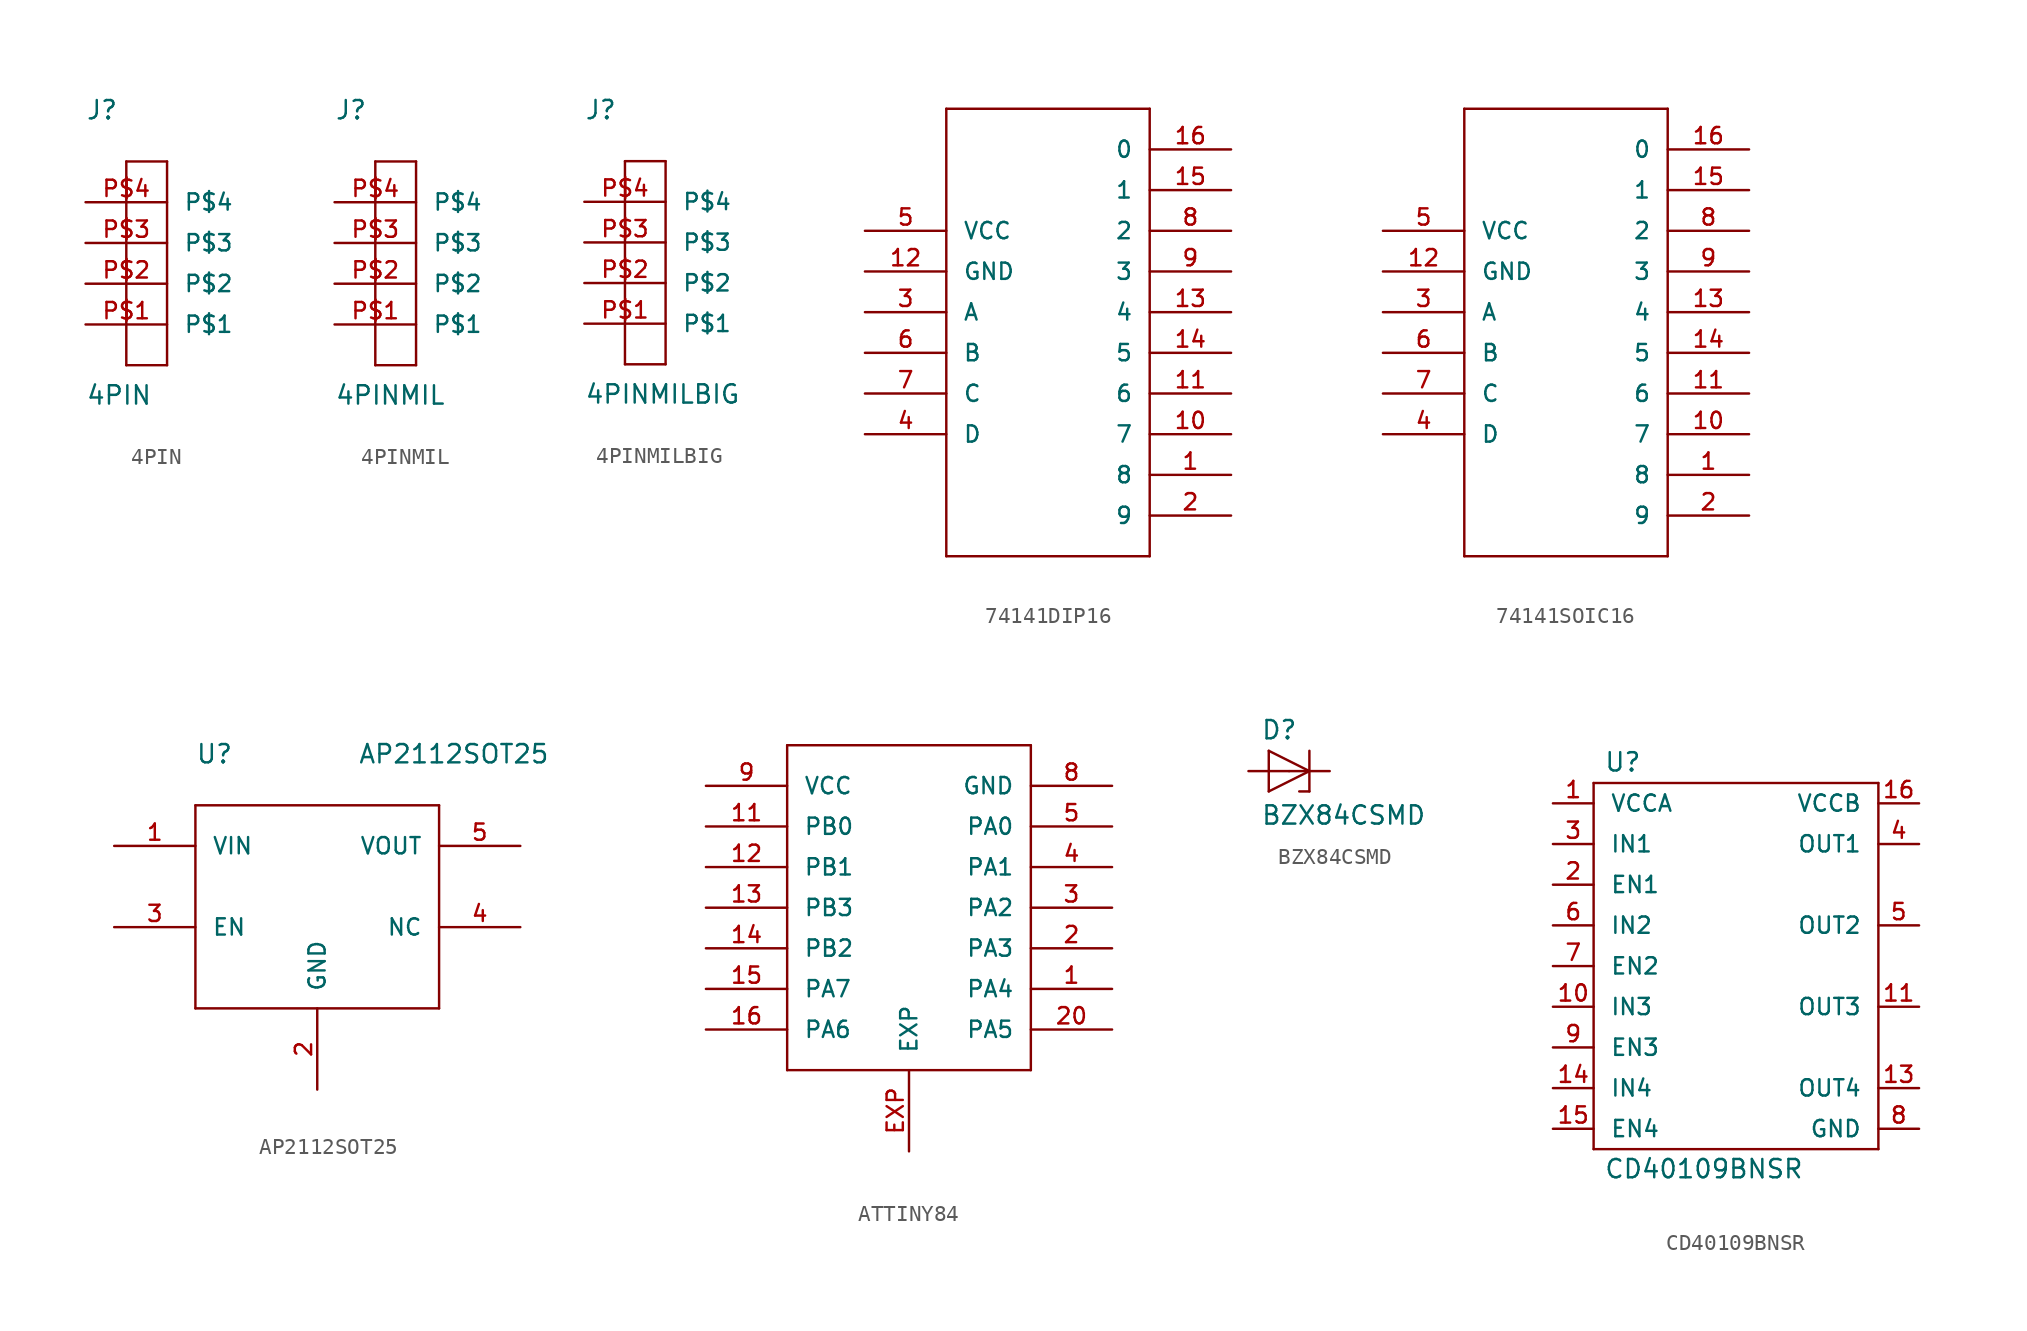
<source format=kicad_sym>
(kicad_symbol_lib
  (version 20241209)
  (generator "kicad_symbol_editor")
  (generator_version "9.0")
  (symbol "4PIN"
    (pin_names
      (offset 1.016))
    (property "Reference" "J"
      (at -5.08 12.7 0)
      (effects (font (size 1.143 1.143)) (justify left bottom)))
    (property "Value" "4PIN"
      (at -5.08 -5.08 0)
      (effects (font (size 1.143 1.143)) (justify left bottom)))
    (property "ki_locked" ""
      (at 0 0 0)
      (effects (font (size 1.27 1.27))))
    (symbol "4PIN_1_0"
      (polyline (pts (xy -2.54 10.16) (xy 0 10.16)) (stroke (width 0) (type solid)) (fill (type none)))
      (polyline (pts (xy -2.54 -2.54) (xy -2.54 10.16)) (stroke (width 0) (type solid)) (fill (type none)))
      (polyline (pts (xy 0 10.16) (xy 0 -2.54)) (stroke (width 0) (type solid)) (fill (type none)))
      (polyline (pts (xy 0 -2.54) (xy -2.54 -2.54)) (stroke (width 0) (type solid)) (fill (type none))))
    (symbol "4PIN_1_1"
      (pin bidirectional line (at -5.08 7.62 0) (length 5.08) (name "P$4" (effects (font (size 1.016 1.016)))) (number "P$4" (effects (font (size 1.016 1.016)))))
      (pin bidirectional line (at -5.08 7.62 0) (length 5.08) (hide yes) (name "P$4" (effects (font (size 1.016 1.016)))) (number "P$8" (effects (font (size 1.016 1.016)))))
      (pin bidirectional line (at -5.08 5.08 0) (length 5.08) (name "P$3" (effects (font (size 1.016 1.016)))) (number "P$3" (effects (font (size 1.016 1.016)))))
      (pin bidirectional line (at -5.08 5.08 0) (length 5.08) (hide yes) (name "P$3" (effects (font (size 1.016 1.016)))) (number "P$7" (effects (font (size 1.016 1.016)))))
      (pin bidirectional line (at -5.08 2.54 0) (length 5.08) (name "P$2" (effects (font (size 1.016 1.016)))) (number "P$2" (effects (font (size 1.016 1.016)))))
      (pin bidirectional line (at -5.08 2.54 0) (length 5.08) (hide yes) (name "P$2" (effects (font (size 1.016 1.016)))) (number "P$6" (effects (font (size 1.016 1.016)))))
      (pin bidirectional line (at -5.08 0 0) (length 5.08) (name "P$1" (effects (font (size 1.016 1.016)))) (number "P$1" (effects (font (size 1.016 1.016)))))
      (pin bidirectional line (at -5.08 0 0) (length 5.08) (hide yes) (name "P$1" (effects (font (size 1.016 1.016)))) (number "P$5" (effects (font (size 1.016 1.016)))))))
  (symbol "4PINMIL"
    (pin_names
      (offset 1.016))
    (property "Reference" "J"
      (at -5.08 12.7 0)
      (effects (font (size 1.143 1.143)) (justify left bottom)))
    (property "Value" "4PINMIL"
      (at -5.08 -5.08 0)
      (effects (font (size 1.143 1.143)) (justify left bottom)))
    (property "ki_locked" ""
      (at 0 0 0)
      (effects (font (size 1.27 1.27))))
    (symbol "4PINMIL_1_0"
      (polyline (pts (xy -2.54 10.16) (xy 0 10.16)) (stroke (width 0) (type solid)) (fill (type none)))
      (polyline (pts (xy -2.54 -2.54) (xy -2.54 10.16)) (stroke (width 0) (type solid)) (fill (type none)))
      (polyline (pts (xy 0 10.16) (xy 0 -2.54)) (stroke (width 0) (type solid)) (fill (type none)))
      (polyline (pts (xy 0 -2.54) (xy -2.54 -2.54)) (stroke (width 0) (type solid)) (fill (type none))))
    (symbol "4PINMIL_1_1"
      (pin bidirectional line (at -5.08 7.62 0) (length 5.08) (name "P$4" (effects (font (size 1.016 1.016)))) (number "P$4" (effects (font (size 1.016 1.016)))))
      (pin bidirectional line (at -5.08 7.62 0) (length 5.08) (hide yes) (name "P$4" (effects (font (size 1.016 1.016)))) (number "P$8" (effects (font (size 1.016 1.016)))))
      (pin bidirectional line (at -5.08 5.08 0) (length 5.08) (name "P$3" (effects (font (size 1.016 1.016)))) (number "P$3" (effects (font (size 1.016 1.016)))))
      (pin bidirectional line (at -5.08 5.08 0) (length 5.08) (hide yes) (name "P$3" (effects (font (size 1.016 1.016)))) (number "P$7" (effects (font (size 1.016 1.016)))))
      (pin bidirectional line (at -5.08 2.54 0) (length 5.08) (name "P$2" (effects (font (size 1.016 1.016)))) (number "P$2" (effects (font (size 1.016 1.016)))))
      (pin bidirectional line (at -5.08 2.54 0) (length 5.08) (hide yes) (name "P$2" (effects (font (size 1.016 1.016)))) (number "P$6" (effects (font (size 1.016 1.016)))))
      (pin bidirectional line (at -5.08 0 0) (length 5.08) (name "P$1" (effects (font (size 1.016 1.016)))) (number "P$1" (effects (font (size 1.016 1.016)))))
      (pin bidirectional line (at -5.08 0 0) (length 5.08) (hide yes) (name "P$1" (effects (font (size 1.016 1.016)))) (number "P$5" (effects (font (size 1.016 1.016)))))))
  (symbol "4PINMILBIG"
    (pin_names
      (offset 1.016))
    (property "Reference" "J"
      (at -5.08 12.7 0)
      (effects (font (size 1.143 1.143)) (justify left bottom)))
    (property "Value" "4PINMILBIG"
      (at -5.08 -5.08 0)
      (effects (font (size 1.143 1.143)) (justify left bottom)))
    (property "ki_locked" ""
      (at 0 0 0)
      (effects (font (size 1.27 1.27))))
    (symbol "4PINMILBIG_1_0"
      (polyline (pts (xy -2.54 10.16) (xy 0 10.16)) (stroke (width 0) (type solid)) (fill (type none)))
      (polyline (pts (xy -2.54 -2.54) (xy -2.54 10.16)) (stroke (width 0) (type solid)) (fill (type none)))
      (polyline (pts (xy 0 10.16) (xy 0 -2.54)) (stroke (width 0) (type solid)) (fill (type none)))
      (polyline (pts (xy 0 -2.54) (xy -2.54 -2.54)) (stroke (width 0) (type solid)) (fill (type none))))
    (symbol "4PINMILBIG_1_1"
      (pin bidirectional line (at -5.08 7.62 0) (length 5.08) (name "P$4" (effects (font (size 1.016 1.016)))) (number "P$4" (effects (font (size 1.016 1.016)))))
      (pin bidirectional line (at -5.08 7.62 0) (length 5.08) (hide yes) (name "P$4" (effects (font (size 1.016 1.016)))) (number "P$8" (effects (font (size 1.016 1.016)))))
      (pin bidirectional line (at -5.08 5.08 0) (length 5.08) (name "P$3" (effects (font (size 1.016 1.016)))) (number "P$3" (effects (font (size 1.016 1.016)))))
      (pin bidirectional line (at -5.08 5.08 0) (length 5.08) (hide yes) (name "P$3" (effects (font (size 1.016 1.016)))) (number "P$7" (effects (font (size 1.016 1.016)))))
      (pin bidirectional line (at -5.08 2.54 0) (length 5.08) (name "P$2" (effects (font (size 1.016 1.016)))) (number "P$2" (effects (font (size 1.016 1.016)))))
      (pin bidirectional line (at -5.08 2.54 0) (length 5.08) (hide yes) (name "P$2" (effects (font (size 1.016 1.016)))) (number "P$6" (effects (font (size 1.016 1.016)))))
      (pin bidirectional line (at -5.08 0 0) (length 5.08) (name "P$1" (effects (font (size 1.016 1.016)))) (number "P$1" (effects (font (size 1.016 1.016)))))
      (pin bidirectional line (at -5.08 0 0) (length 5.08) (hide yes) (name "P$1" (effects (font (size 1.016 1.016)))) (number "P$5" (effects (font (size 1.016 1.016)))))))
  (symbol "74141DIP16"
    (pin_names
      (offset 1.016))
    (property "Reference" "M"
      (at 0 0 0)
      (effects (font (size 1.143 1.143)) (hide yes)))
    (property "ki_locked" ""
      (at 0 0 0)
      (effects (font (size 1.27 1.27))))
    (symbol "74141DIP16_1_0"
      (polyline (pts (xy -7.62 15.24) (xy -7.62 -12.7)) (stroke (width 0) (type solid)) (fill (type none)))
      (polyline (pts (xy -7.62 -12.7) (xy 5.08 -12.7)) (stroke (width 0) (type solid)) (fill (type none)))
      (polyline (pts (xy 5.08 15.24) (xy -7.62 15.24)) (stroke (width 0) (type solid)) (fill (type none)))
      (polyline (pts (xy 5.08 -12.7) (xy 5.08 15.24)) (stroke (width 0) (type solid)) (fill (type none))))
    (symbol "74141DIP16_1_1"
      (pin power_in line (at -12.7 7.62 0) (length 5.08) (name "VCC" (effects (font (size 1.016 1.016)))) (number "5" (effects (font (size 1.016 1.016)))))
      (pin power_in line (at -12.7 5.08 0) (length 5.08) (name "GND" (effects (font (size 1.016 1.016)))) (number "12" (effects (font (size 1.016 1.016)))))
      (pin passive line (at -12.7 2.54 0) (length 5.08) (name "A" (effects (font (size 1.016 1.016)))) (number "3" (effects (font (size 1.016 1.016)))))
      (pin passive line (at -12.7 0 0) (length 5.08) (name "B" (effects (font (size 1.016 1.016)))) (number "6" (effects (font (size 1.016 1.016)))))
      (pin passive line (at -12.7 -2.54 0) (length 5.08) (name "C" (effects (font (size 1.016 1.016)))) (number "7" (effects (font (size 1.016 1.016)))))
      (pin passive line (at -12.7 -5.08 0) (length 5.08) (name "D" (effects (font (size 1.016 1.016)))) (number "4" (effects (font (size 1.016 1.016)))))
      (pin passive line (at 10.16 12.7 180) (length 5.08) (name "0" (effects (font (size 1.016 1.016)))) (number "16" (effects (font (size 1.016 1.016)))))
      (pin passive line (at 10.16 10.16 180) (length 5.08) (name "1" (effects (font (size 1.016 1.016)))) (number "15" (effects (font (size 1.016 1.016)))))
      (pin passive line (at 10.16 7.62 180) (length 5.08) (name "2" (effects (font (size 1.016 1.016)))) (number "8" (effects (font (size 1.016 1.016)))))
      (pin passive line (at 10.16 5.08 180) (length 5.08) (name "3" (effects (font (size 1.016 1.016)))) (number "9" (effects (font (size 1.016 1.016)))))
      (pin passive line (at 10.16 2.54 180) (length 5.08) (name "4" (effects (font (size 1.016 1.016)))) (number "13" (effects (font (size 1.016 1.016)))))
      (pin passive line (at 10.16 0 180) (length 5.08) (name "5" (effects (font (size 1.016 1.016)))) (number "14" (effects (font (size 1.016 1.016)))))
      (pin passive line (at 10.16 -2.54 180) (length 5.08) (name "6" (effects (font (size 1.016 1.016)))) (number "11" (effects (font (size 1.016 1.016)))))
      (pin passive line (at 10.16 -5.08 180) (length 5.08) (name "7" (effects (font (size 1.016 1.016)))) (number "10" (effects (font (size 1.016 1.016)))))
      (pin passive line (at 10.16 -7.62 180) (length 5.08) (name "8" (effects (font (size 1.016 1.016)))) (number "1" (effects (font (size 1.016 1.016)))))
      (pin passive line (at 10.16 -10.16 180) (length 5.08) (name "9" (effects (font (size 1.016 1.016)))) (number "2" (effects (font (size 1.016 1.016)))))))
  (symbol "74141SOIC16"
    (pin_names
      (offset 1.016))
    (property "Reference" "M"
      (at 0 0 0)
      (effects (font (size 1.143 1.143)) (hide yes)))
    (property "ki_locked" ""
      (at 0 0 0)
      (effects (font (size 1.27 1.27))))
    (symbol "74141SOIC16_1_0"
      (polyline (pts (xy -7.62 15.24) (xy -7.62 -12.7)) (stroke (width 0) (type solid)) (fill (type none)))
      (polyline (pts (xy -7.62 -12.7) (xy 5.08 -12.7)) (stroke (width 0) (type solid)) (fill (type none)))
      (polyline (pts (xy 5.08 15.24) (xy -7.62 15.24)) (stroke (width 0) (type solid)) (fill (type none)))
      (polyline (pts (xy 5.08 -12.7) (xy 5.08 15.24)) (stroke (width 0) (type solid)) (fill (type none))))
    (symbol "74141SOIC16_1_1"
      (pin power_in line (at -12.7 7.62 0) (length 5.08) (name "VCC" (effects (font (size 1.016 1.016)))) (number "5" (effects (font (size 1.016 1.016)))))
      (pin power_in line (at -12.7 5.08 0) (length 5.08) (name "GND" (effects (font (size 1.016 1.016)))) (number "12" (effects (font (size 1.016 1.016)))))
      (pin passive line (at -12.7 2.54 0) (length 5.08) (name "A" (effects (font (size 1.016 1.016)))) (number "3" (effects (font (size 1.016 1.016)))))
      (pin passive line (at -12.7 0 0) (length 5.08) (name "B" (effects (font (size 1.016 1.016)))) (number "6" (effects (font (size 1.016 1.016)))))
      (pin passive line (at -12.7 -2.54 0) (length 5.08) (name "C" (effects (font (size 1.016 1.016)))) (number "7" (effects (font (size 1.016 1.016)))))
      (pin passive line (at -12.7 -5.08 0) (length 5.08) (name "D" (effects (font (size 1.016 1.016)))) (number "4" (effects (font (size 1.016 1.016)))))
      (pin passive line (at 10.16 12.7 180) (length 5.08) (name "0" (effects (font (size 1.016 1.016)))) (number "16" (effects (font (size 1.016 1.016)))))
      (pin passive line (at 10.16 10.16 180) (length 5.08) (name "1" (effects (font (size 1.016 1.016)))) (number "15" (effects (font (size 1.016 1.016)))))
      (pin passive line (at 10.16 7.62 180) (length 5.08) (name "2" (effects (font (size 1.016 1.016)))) (number "8" (effects (font (size 1.016 1.016)))))
      (pin passive line (at 10.16 5.08 180) (length 5.08) (name "3" (effects (font (size 1.016 1.016)))) (number "9" (effects (font (size 1.016 1.016)))))
      (pin passive line (at 10.16 2.54 180) (length 5.08) (name "4" (effects (font (size 1.016 1.016)))) (number "13" (effects (font (size 1.016 1.016)))))
      (pin passive line (at 10.16 0 180) (length 5.08) (name "5" (effects (font (size 1.016 1.016)))) (number "14" (effects (font (size 1.016 1.016)))))
      (pin passive line (at 10.16 -2.54 180) (length 5.08) (name "6" (effects (font (size 1.016 1.016)))) (number "11" (effects (font (size 1.016 1.016)))))
      (pin passive line (at 10.16 -5.08 180) (length 5.08) (name "7" (effects (font (size 1.016 1.016)))) (number "10" (effects (font (size 1.016 1.016)))))
      (pin passive line (at 10.16 -7.62 180) (length 5.08) (name "8" (effects (font (size 1.016 1.016)))) (number "1" (effects (font (size 1.016 1.016)))))
      (pin passive line (at 10.16 -10.16 180) (length 5.08) (name "9" (effects (font (size 1.016 1.016)))) (number "2" (effects (font (size 1.016 1.016)))))))
  (symbol "AP2112SOT25"
    (pin_names
      (offset 1.016))
    (property "Reference" "U"
      (at -7.62 10.16 0)
      (effects (font (size 1.143 1.143)) (justify left bottom)))
    (property "Value" "AP2112SOT25"
      (at 2.54 10.16 0)
      (effects (font (size 1.143 1.143)) (justify left bottom)))
    (property "ki_locked" ""
      (at 0 0 0)
      (effects (font (size 1.27 1.27))))
    (symbol "AP2112SOT25_1_0"
      (polyline (pts (xy -7.62 7.62) (xy -7.62 -5.08)) (stroke (width 0) (type solid)) (fill (type none)))
      (polyline (pts (xy -7.62 -5.08) (xy 7.62 -5.08)) (stroke (width 0) (type solid)) (fill (type none)))
      (polyline (pts (xy 7.62 7.62) (xy -7.62 7.62)) (stroke (width 0) (type solid)) (fill (type none)))
      (polyline (pts (xy 7.62 -5.08) (xy 7.62 7.62)) (stroke (width 0) (type solid)) (fill (type none))))
    (symbol "AP2112SOT25_1_1"
      (pin power_in line (at -12.7 5.08 0) (length 5.08) (name "VIN" (effects (font (size 1.016 1.016)))) (number "1" (effects (font (size 1.016 1.016)))))
      (pin input line (at -12.7 0 0) (length 5.08) (name "EN" (effects (font (size 1.016 1.016)))) (number "3" (effects (font (size 1.016 1.016)))))
      (pin power_in line (at 0 -10.16 90) (length 5.08) (name "GND" (effects (font (size 1.016 1.016)))) (number "2" (effects (font (size 1.016 1.016)))))
      (pin power_in line (at 12.7 5.08 180) (length 5.08) (name "VOUT" (effects (font (size 1.016 1.016)))) (number "5" (effects (font (size 1.016 1.016)))))
      (pin unspecified line (at 12.7 0 180) (length 5.08) (name "NC" (effects (font (size 1.016 1.016)))) (number "4" (effects (font (size 1.016 1.016)))))))
  (symbol "ATTINY84"
    (pin_names
      (offset 1.016))
    (property "Reference" "M"
      (at 0 0 0)
      (effects (font (size 1.143 1.143)) (hide yes)))
    (property "ki_locked" ""
      (at 0 0 0)
      (effects (font (size 1.27 1.27))))
    (symbol "ATTINY84_1_0"
      (polyline (pts (xy -7.62 10.16) (xy 7.62 10.16)) (stroke (width 0) (type solid)) (fill (type none)))
      (polyline (pts (xy -7.62 -10.16) (xy -7.62 10.16)) (stroke (width 0) (type solid)) (fill (type none)))
      (polyline (pts (xy 7.62 10.16) (xy 7.62 -10.16)) (stroke (width 0) (type solid)) (fill (type none)))
      (polyline (pts (xy 7.62 -10.16) (xy -7.62 -10.16)) (stroke (width 0) (type solid)) (fill (type none))))
    (symbol "ATTINY84_1_1"
      (pin power_in line (at -12.7 7.62 0) (length 5.08) (name "VCC" (effects (font (size 1.016 1.016)))) (number "9" (effects (font (size 1.016 1.016)))))
      (pin passive line (at -12.7 5.08 0) (length 5.08) (name "PB0" (effects (font (size 1.016 1.016)))) (number "11" (effects (font (size 1.016 1.016)))))
      (pin passive line (at -12.7 2.54 0) (length 5.08) (name "PB1" (effects (font (size 1.016 1.016)))) (number "12" (effects (font (size 1.016 1.016)))))
      (pin passive line (at -12.7 0 0) (length 5.08) (name "PB3" (effects (font (size 1.016 1.016)))) (number "13" (effects (font (size 1.016 1.016)))))
      (pin passive line (at -12.7 -2.54 0) (length 5.08) (name "PB2" (effects (font (size 1.016 1.016)))) (number "14" (effects (font (size 1.016 1.016)))))
      (pin passive line (at -12.7 -5.08 0) (length 5.08) (name "PA7" (effects (font (size 1.016 1.016)))) (number "15" (effects (font (size 1.016 1.016)))))
      (pin passive line (at -12.7 -7.62 0) (length 5.08) (name "PA6" (effects (font (size 1.016 1.016)))) (number "16" (effects (font (size 1.016 1.016)))))
      (pin power_in line (at 0 -15.24 90) (length 5.08) (name "EXP" (effects (font (size 1.016 1.016)))) (number "EXP" (effects (font (size 1.016 1.016)))))
      (pin power_in line (at 12.7 7.62 180) (length 5.08) (name "GND" (effects (font (size 1.016 1.016)))) (number "8" (effects (font (size 1.016 1.016)))))
      (pin passive line (at 12.7 5.08 180) (length 5.08) (name "PA0" (effects (font (size 1.016 1.016)))) (number "5" (effects (font (size 1.016 1.016)))))
      (pin passive line (at 12.7 2.54 180) (length 5.08) (name "PA1" (effects (font (size 1.016 1.016)))) (number "4" (effects (font (size 1.016 1.016)))))
      (pin passive line (at 12.7 0 180) (length 5.08) (name "PA2" (effects (font (size 1.016 1.016)))) (number "3" (effects (font (size 1.016 1.016)))))
      (pin passive line (at 12.7 -2.54 180) (length 5.08) (name "PA3" (effects (font (size 1.016 1.016)))) (number "2" (effects (font (size 1.016 1.016)))))
      (pin passive line (at 12.7 -5.08 180) (length 5.08) (name "PA4" (effects (font (size 1.016 1.016)))) (number "1" (effects (font (size 1.016 1.016)))))
      (pin passive line (at 12.7 -7.62 180) (length 5.08) (name "PA5" (effects (font (size 1.016 1.016)))) (number "20" (effects (font (size 1.016 1.016)))))))
  (symbol "BZX84CSMD"
    (pin_numbers
      (hide yes))
    (pin_names
      (offset 1.016)
      (hide yes))
    (property "Reference" "D"
      (at -1.778 1.905 0)
      (effects (font (size 1.143 1.143)) (justify left bottom)))
    (property "Value" "BZX84CSMD"
      (at -1.778 -3.429 0)
      (effects (font (size 1.143 1.143)) (justify left bottom)))
    (property "ki_locked" ""
      (at 0 0 0)
      (effects (font (size 1.27 1.27))))
    (symbol "BZX84CSMD_1_0"
      (polyline (pts (xy -1.27 1.27) (xy -1.27 -1.27)) (stroke (width 0) (type solid)) (fill (type none)))
      (polyline (pts (xy -1.27 -1.27) (xy 1.27 0)) (stroke (width 0) (type solid)) (fill (type none)))
      (polyline (pts (xy 1.27 1.27) (xy 1.27 0)) (stroke (width 0) (type solid)) (fill (type none)))
      (polyline (pts (xy 1.27 0) (xy -1.27 1.27)) (stroke (width 0) (type solid)) (fill (type none)))
      (polyline (pts (xy 1.27 0) (xy 1.27 -1.27)) (stroke (width 0) (type solid)) (fill (type none)))
      (polyline (pts (xy 1.27 -1.27) (xy 0.635 -1.27)) (stroke (width 0) (type solid)) (fill (type none))))
    (symbol "BZX84CSMD_1_1"
      (pin passive line (at -2.54 0 0) (length 2.54) (name "A" (effects (font (size 1.016 1.016)))) (number "A" (effects (font (size 1.016 1.016)))))
      (pin passive line (at 2.54 0 180) (length 2.54) (name "C" (effects (font (size 1.016 1.016)))) (number "C" (effects (font (size 1.016 1.016)))))))
  (symbol "CD40109BNSR"
    (pin_names
      (offset 1.016))
    (property "Reference" "U"
      (at -8.255 12.065 0)
      (effects (font (size 1.143 1.143)) (justify left bottom)))
    (property "Value" "CD40109BNSR"
      (at -8.255 -13.335 0)
      (effects (font (size 1.143 1.143)) (justify left bottom)))
    (property "ki_locked" ""
      (at 0 0 0)
      (effects (font (size 1.27 1.27))))
    (symbol "CD40109BNSR_1_0"
      (polyline (pts (xy -8.89 11.43) (xy 8.89 11.43)) (stroke (width 0) (type solid)) (fill (type none)))
      (polyline (pts (xy -8.89 -11.43) (xy -8.89 11.43)) (stroke (width 0) (type solid)) (fill (type none)))
      (polyline (pts (xy 8.89 11.43) (xy 8.89 -11.43)) (stroke (width 0) (type solid)) (fill (type none)))
      (polyline (pts (xy 8.89 -11.43) (xy -8.89 -11.43)) (stroke (width 0) (type solid)) (fill (type none))))
    (symbol "CD40109BNSR_1_1"
      (pin bidirectional line (at -11.43 10.16 0) (length 2.54) (name "VCCA" (effects (font (size 1.016 1.016)))) (number "1" (effects (font (size 1.016 1.016)))))
      (pin bidirectional line (at -11.43 7.62 0) (length 2.54) (name "IN1" (effects (font (size 1.016 1.016)))) (number "3" (effects (font (size 1.016 1.016)))))
      (pin bidirectional line (at -11.43 5.08 0) (length 2.54) (name "EN1" (effects (font (size 1.016 1.016)))) (number "2" (effects (font (size 1.016 1.016)))))
      (pin bidirectional line (at -11.43 2.54 0) (length 2.54) (name "IN2" (effects (font (size 1.016 1.016)))) (number "6" (effects (font (size 1.016 1.016)))))
      (pin bidirectional line (at -11.43 0 0) (length 2.54) (name "EN2" (effects (font (size 1.016 1.016)))) (number "7" (effects (font (size 1.016 1.016)))))
      (pin bidirectional line (at -11.43 -2.54 0) (length 2.54) (name "IN3" (effects (font (size 1.016 1.016)))) (number "10" (effects (font (size 1.016 1.016)))))
      (pin bidirectional line (at -11.43 -5.08 0) (length 2.54) (name "EN3" (effects (font (size 1.016 1.016)))) (number "9" (effects (font (size 1.016 1.016)))))
      (pin bidirectional line (at -11.43 -7.62 0) (length 2.54) (name "IN4" (effects (font (size 1.016 1.016)))) (number "14" (effects (font (size 1.016 1.016)))))
      (pin bidirectional line (at -11.43 -10.16 0) (length 2.54) (name "EN4" (effects (font (size 1.016 1.016)))) (number "15" (effects (font (size 1.016 1.016)))))
      (pin bidirectional line (at 11.43 10.16 180) (length 2.54) (name "VCCB" (effects (font (size 1.016 1.016)))) (number "16" (effects (font (size 1.016 1.016)))))
      (pin bidirectional line (at 11.43 7.62 180) (length 2.54) (name "OUT1" (effects (font (size 1.016 1.016)))) (number "4" (effects (font (size 1.016 1.016)))))
      (pin bidirectional line (at 11.43 2.54 180) (length 2.54) (name "OUT2" (effects (font (size 1.016 1.016)))) (number "5" (effects (font (size 1.016 1.016)))))
      (pin bidirectional line (at 11.43 -2.54 180) (length 2.54) (name "OUT3" (effects (font (size 1.016 1.016)))) (number "11" (effects (font (size 1.016 1.016)))))
      (pin bidirectional line (at 11.43 -7.62 180) (length 2.54) (name "OUT4" (effects (font (size 1.016 1.016)))) (number "13" (effects (font (size 1.016 1.016)))))
      (pin bidirectional line (at 11.43 -10.16 180) (length 2.54) (name "GND" (effects (font (size 1.016 1.016)))) (number "8" (effects (font (size 1.016 1.016))))))))
</source>
